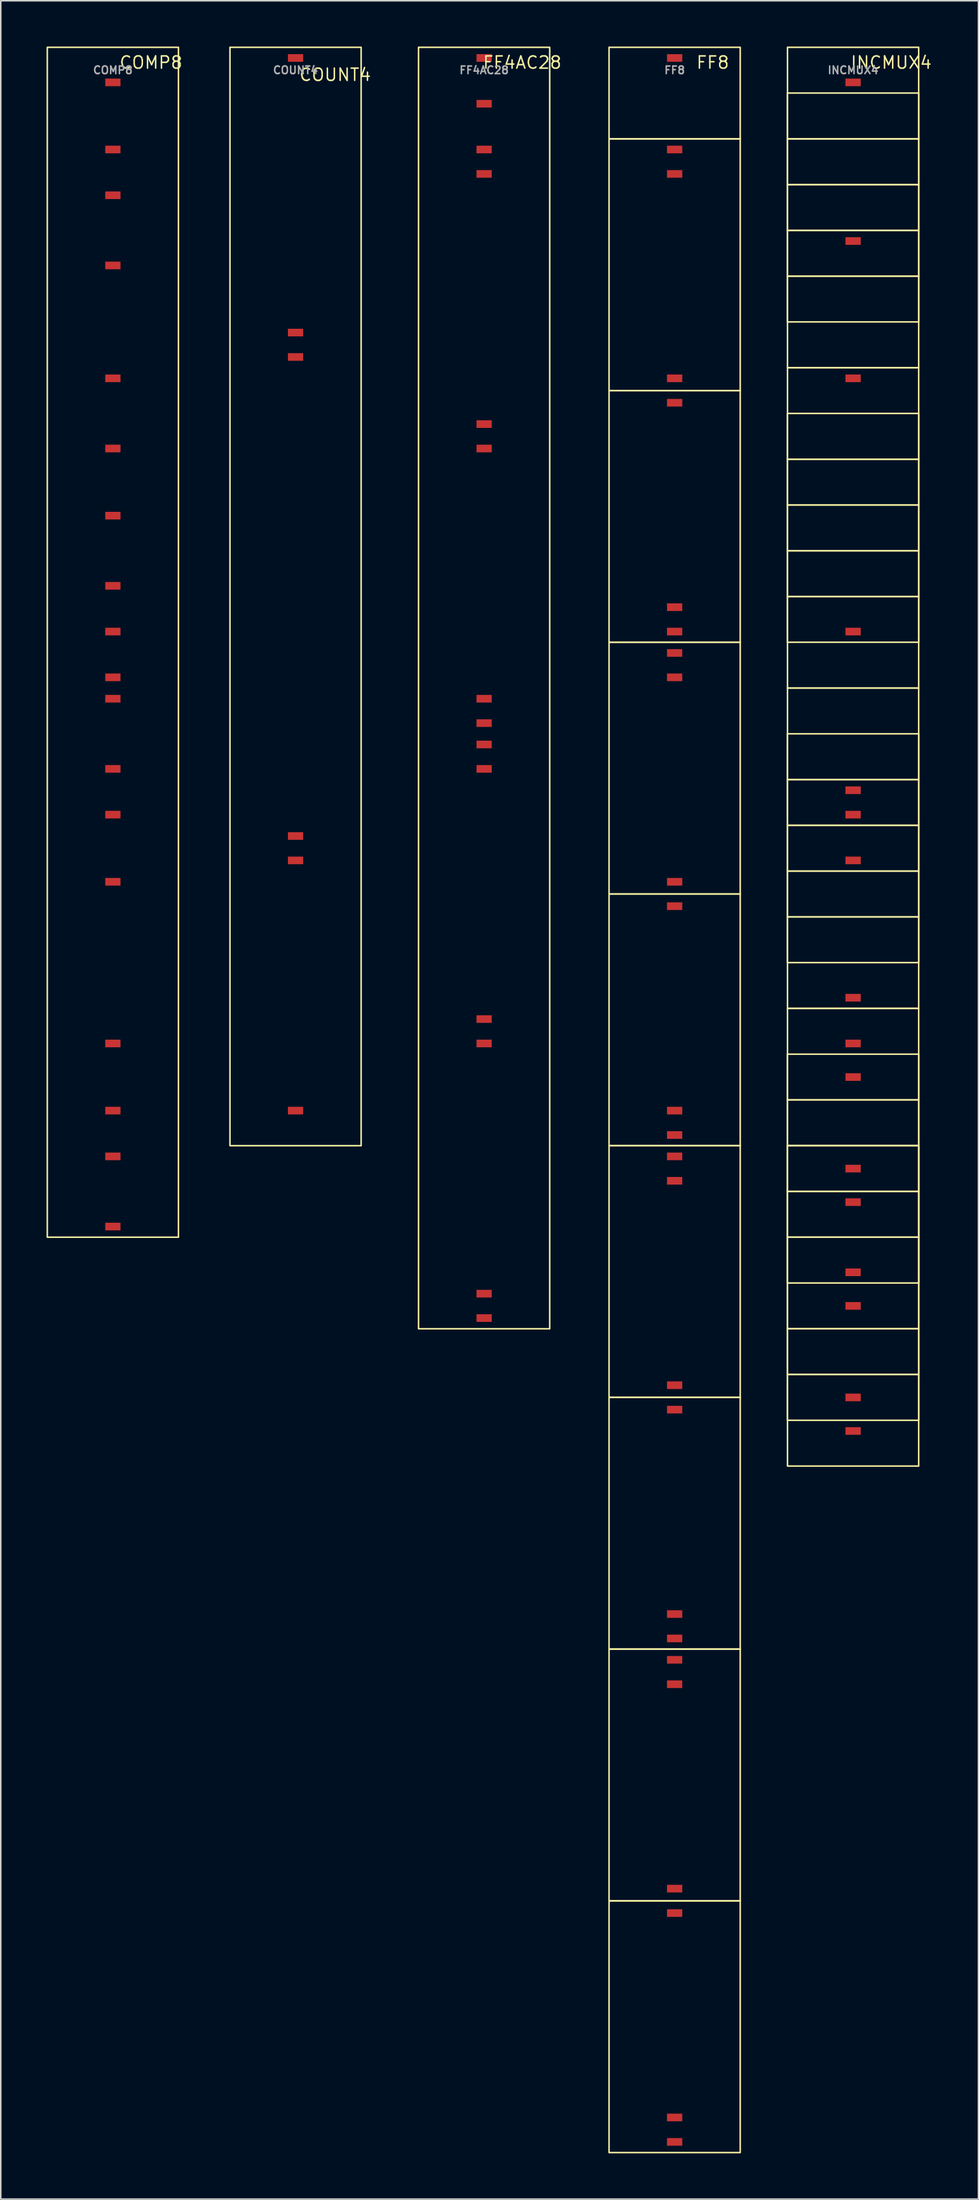
<source format=kicad_pcb>
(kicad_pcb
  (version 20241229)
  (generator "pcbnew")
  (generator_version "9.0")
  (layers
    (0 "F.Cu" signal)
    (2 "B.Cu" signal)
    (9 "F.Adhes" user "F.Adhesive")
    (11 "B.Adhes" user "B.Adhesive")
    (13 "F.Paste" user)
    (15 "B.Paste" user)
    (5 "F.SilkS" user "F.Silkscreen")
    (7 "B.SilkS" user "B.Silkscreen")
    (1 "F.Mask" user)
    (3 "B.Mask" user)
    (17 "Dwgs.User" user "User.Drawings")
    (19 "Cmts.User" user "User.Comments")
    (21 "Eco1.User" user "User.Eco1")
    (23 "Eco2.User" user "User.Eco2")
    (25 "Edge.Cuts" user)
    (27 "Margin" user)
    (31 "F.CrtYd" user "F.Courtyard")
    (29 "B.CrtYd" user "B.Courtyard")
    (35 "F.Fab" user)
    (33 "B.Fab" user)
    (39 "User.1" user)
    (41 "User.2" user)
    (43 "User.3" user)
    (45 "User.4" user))
  (footprint "COUNT4"
    (layer "F.Cu")
    (at 16.327 1.55)
    (property "Reference" "COUNT4" (at 2.6 0.3 0) (unlocked yes) (layer "F.SilkS") (effects (font (size 0.8 0.8) (thickness 0.1))))
    (attr smd)
    (fp_rect (start -4.3 -1.5) (end 4.3 70.5) (stroke (width 0.1) (type default)) (fill no) (layer "F.SilkS"))
    (fp_text user "${REFERENCE}" (at 0 0 0) (unlocked yes) (layer "F.Fab") (effects (font (size 0.5 0.5) (thickness 0.1) (bold yes))))
    (pad "1" smd rect (at 0 -0.8) (size 1 0.5) (layers "F.Cu" "F.Mask" "F.Paste"))
    (pad "2" smd rect (at 0 17.2) (size 1 0.5) (layers "F.Cu" "F.Mask" "F.Paste"))
    (pad "3" smd rect (at 0 18.8) (size 1 0.5) (layers "F.Cu" "F.Mask" "F.Paste"))
    (pad "4" smd rect (at 0 50.2) (size 1 0.5) (layers "F.Cu" "F.Mask" "F.Paste"))
    (pad "5" smd rect (at 0 51.8) (size 1 0.5) (layers "F.Cu" "F.Mask" "F.Paste"))
    (pad "6" smd rect (at 0 68.2) (size 1 0.5) (layers "F.Cu" "F.Mask" "F.Paste")))
  (footprint "FF4AC28"
    (layer "F.Cu")
    (at 28.69 1.55)
    (property "Reference" "FF4AC28" (at 2.5 -0.5 0) (unlocked yes) (layer "F.SilkS") (effects (font (size 0.8 0.8) (thickness 0.1))))
    (attr smd)
    (fp_rect (start -4.3 -1.5) (end 4.3 82.5) (stroke (width 0.1) (type default)) (fill no) (layer "F.SilkS"))
    (fp_text user "${REFERENCE}" (at 0 0 0) (unlocked yes) (layer "F.Fab") (effects (font (size 0.5 0.5) (thickness 0.1) (bold yes))))
    (pad "1" smd rect (at 0 -0.8) (size 1 0.5) (layers "F.Cu" "F.Mask" "F.Paste"))
    (pad "2" smd rect (at 0 2.2) (size 1 0.5) (layers "F.Cu" "F.Mask" "F.Paste"))
    (pad "3" smd rect (at 0 5.2) (size 1 0.5) (layers "F.Cu" "F.Mask" "F.Paste"))
    (pad "4" smd rect (at 0 6.8) (size 1 0.5) (layers "F.Cu" "F.Mask" "F.Paste"))
    (pad "5" smd rect (at 0 23.2) (size 1 0.5) (layers "F.Cu" "F.Mask" "F.Paste"))
    (pad "6" smd rect (at 0 24.8) (size 1 0.5) (layers "F.Cu" "F.Mask" "F.Paste"))
    (pad "7" smd rect (at 0 41.2) (size 1 0.5) (layers "F.Cu" "F.Mask" "F.Paste"))
    (pad "8" smd rect (at 0 42.8) (size 1 0.5) (layers "F.Cu" "F.Mask" "F.Paste"))
    (pad "9" smd rect (at 0 44.2) (size 1 0.5) (layers "F.Cu" "F.Mask" "F.Paste"))
    (pad "10" smd rect (at 0 45.8) (size 1 0.5) (layers "F.Cu" "F.Mask" "F.Paste"))
    (pad "11" smd rect (at 0 62.2) (size 1 0.5) (layers "F.Cu" "F.Mask" "F.Paste"))
    (pad "12" smd rect (at 0 63.8) (size 1 0.5) (layers "F.Cu" "F.Mask" "F.Paste"))
    (pad "13" smd rect (at 0 80.2) (size 1 0.5) (layers "F.Cu" "F.Mask" "F.Paste"))
    (pad "14" smd rect (at 0 81.8) (size 1 0.5) (layers "F.Cu" "F.Mask" "F.Paste")))
  (footprint "FF8"
    (layer "F.Cu")
    (at 41.181 1.55)
    (property "Reference" "FF8" (at 2.5 -0.5 0) (unlocked yes) (layer "F.SilkS") (effects (font (size 0.8 0.8) (thickness 0.1))))
    (attr smd)
    (fp_rect (start -4.3 -1.5) (end 4.3 4.5) (stroke (width 0.1) (type default)) (fill no) (layer "F.SilkS"))
    (fp_rect (start -4.3 4.5) (end 4.3 21) (stroke (width 0.1) (type default)) (fill no) (layer "F.SilkS"))
    (fp_rect (start -4.3 21) (end 4.3 37.5) (stroke (width 0.1) (type default)) (fill no) (layer "F.SilkS"))
    (fp_rect (start -4.3 37.5) (end 4.3 54) (stroke (width 0.1) (type default)) (fill no) (layer "F.SilkS"))
    (fp_rect (start -4.3 54) (end 4.3 70.5) (stroke (width 0.1) (type default)) (fill no) (layer "F.SilkS"))
    (fp_rect (start -4.3 70.5) (end 4.3 87) (stroke (width 0.1) (type default)) (fill no) (layer "F.SilkS"))
    (fp_rect (start -4.3 87) (end 4.3 103.5) (stroke (width 0.1) (type default)) (fill no) (layer "F.SilkS"))
    (fp_rect (start -4.3 103.5) (end 4.3 120) (stroke (width 0.1) (type default)) (fill no) (layer "F.SilkS"))
    (fp_rect (start -4.3 120) (end 4.3 136.5) (stroke (width 0.1) (type default)) (fill no) (layer "F.SilkS"))
    (fp_text user "${REFERENCE}" (at 0 0 0) (unlocked yes) (layer "F.Fab") (effects (font (size 0.5 0.5) (thickness 0.1) (bold yes))))
    (pad "1" smd rect (at 0 -0.8) (size 1 0.5) (layers "F.Cu" "F.Mask" "F.Paste"))
    (pad "2" smd rect (at 0 5.2) (size 1 0.5) (layers "F.Cu" "F.Mask" "F.Paste"))
    (pad "3" smd rect (at 0 6.8) (size 1 0.5) (layers "F.Cu" "F.Mask" "F.Paste"))
    (pad "4" smd rect (at 0 20.2) (size 1 0.5) (layers "F.Cu" "F.Mask" "F.Paste"))
    (pad "5" smd rect (at 0 21.8 180) (size 1 0.5) (layers "F.Cu" "F.Mask" "F.Paste"))
    (pad "6" smd rect (at 0 35.2 180) (size 1 0.5) (layers "F.Cu" "F.Mask" "F.Paste"))
    (pad "7" smd rect (at 0 36.8 180) (size 1 0.5) (layers "F.Cu" "F.Mask" "F.Paste"))
    (pad "8" smd rect (at 0 38.2) (size 1 0.5) (layers "F.Cu" "F.Mask" "F.Paste"))
    (pad "9" smd rect (at 0 39.8) (size 1 0.5) (layers "F.Cu" "F.Mask" "F.Paste"))
    (pad "10" smd rect (at 0 53.2) (size 1 0.5) (layers "F.Cu" "F.Mask" "F.Paste"))
    (pad "11" smd rect (at 0 54.8 180) (size 1 0.5) (layers "F.Cu" "F.Mask" "F.Paste"))
    (pad "12" smd rect (at 0 68.2 180) (size 1 0.5) (layers "F.Cu" "F.Mask" "F.Paste"))
    (pad "13" smd rect (at 0 69.8 180) (size 1 0.5) (layers "F.Cu" "F.Mask" "F.Paste"))
    (pad "14" smd rect (at 0 71.2) (size 1 0.5) (layers "F.Cu" "F.Mask" "F.Paste"))
    (pad "15" smd rect (at 0 72.8) (size 1 0.5) (layers "F.Cu" "F.Mask" "F.Paste"))
    (pad "16" smd rect (at 0 86.2) (size 1 0.5) (layers "F.Cu" "F.Mask" "F.Paste"))
    (pad "17" smd rect (at 0 87.8 180) (size 1 0.5) (layers "F.Cu" "F.Mask" "F.Paste"))
    (pad "18" smd rect (at 0 101.2 180) (size 1 0.5) (layers "F.Cu" "F.Mask" "F.Paste"))
    (pad "19" smd rect (at 0 102.8 180) (size 1 0.5) (layers "F.Cu" "F.Mask" "F.Paste"))
    (pad "20" smd rect (at 0 104.2) (size 1 0.5) (layers "F.Cu" "F.Mask" "F.Paste"))
    (pad "21" smd rect (at 0 105.8) (size 1 0.5) (layers "F.Cu" "F.Mask" "F.Paste"))
    (pad "22" smd rect (at 0 119.2) (size 1 0.5) (layers "F.Cu" "F.Mask" "F.Paste"))
    (pad "23" smd rect (at 0 120.8 180) (size 1 0.5) (layers "F.Cu" "F.Mask" "F.Paste"))
    (pad "24" smd rect (at 0 134.2 180) (size 1 0.5) (layers "F.Cu" "F.Mask" "F.Paste"))
    (pad "25" smd rect (at 0 135.8 180) (size 1 0.5) (layers "F.Cu" "F.Mask" "F.Paste")))
  (footprint "INCMUX4"
    (layer "F.Cu")
    (at 52.881 1.55)
    (property "Reference" "INCMUX4" (at 2.5 -0.5 0) (unlocked yes) (layer "F.SilkS") (effects (font (size 0.8 0.8) (thickness 0.1))))
    (attr smd)
    (fp_rect (start -4.3 -1.5) (end 4.3 19.5) (stroke (width 0.1) (type default)) (fill no) (layer "F.SilkS"))
    (fp_rect (start -4.3 1.5) (end 4.3 4.5) (stroke (width 0.1) (type default)) (fill no) (layer "F.SilkS"))
    (fp_rect (start -4.3 4.5) (end 4.3 7.5) (stroke (width 0.1) (type default)) (fill no) (layer "F.SilkS"))
    (fp_rect (start -4.3 7.5) (end 4.3 10.5) (stroke (width 0.1) (type default)) (fill no) (layer "F.SilkS"))
    (fp_rect (start -4.3 10.5) (end 4.3 13.5) (stroke (width 0.1) (type default)) (fill no) (layer "F.SilkS"))
    (fp_rect (start -4.3 13.5) (end 4.3 16.5) (stroke (width 0.1) (type default)) (fill no) (layer "F.SilkS"))
    (fp_rect (start -4.3 19.5) (end 4.3 40.5) (stroke (width 0.1) (type default)) (fill no) (layer "F.SilkS"))
    (fp_rect (start -4.3 22.5) (end 4.3 25.5) (stroke (width 0.1) (type default)) (fill no) (layer "F.SilkS"))
    (fp_rect (start -4.3 25.5) (end 4.3 28.5) (stroke (width 0.1) (type default)) (fill no) (layer "F.SilkS"))
    (fp_rect (start -4.3 28.5) (end 4.3 31.5) (stroke (width 0.1) (type default)) (fill no) (layer "F.SilkS"))
    (fp_rect (start -4.3 31.5) (end 4.3 34.5) (stroke (width 0.1) (type default)) (fill no) (layer "F.SilkS"))
    (fp_rect (start -4.3 34.5) (end 4.3 37.5) (stroke (width 0.1) (type default)) (fill no) (layer "F.SilkS"))
    (fp_rect (start -4.3 40.5) (end 4.3 61.5) (stroke (width 0.1) (type default)) (fill no) (layer "F.SilkS"))
    (fp_rect (start -4.3 43.5) (end 4.3 46.5) (stroke (width 0.1) (type default)) (fill no) (layer "F.SilkS"))
    (fp_rect (start -4.3 46.5) (end 4.3 49.5) (stroke (width 0.1) (type default)) (fill no) (layer "F.SilkS"))
    (fp_rect (start -4.3 49.5) (end 4.3 52.5) (stroke (width 0.1) (type default)) (fill no) (layer "F.SilkS"))
    (fp_rect (start -4.3 52.5) (end 4.3 55.5) (stroke (width 0.1) (type default)) (fill no) (layer "F.SilkS"))
    (fp_rect (start -4.3 55.5) (end 4.3 58.5) (stroke (width 0.1) (type default)) (fill no) (layer "F.SilkS"))
    (fp_rect (start -4.3 61.5) (end 4.3 82.5) (stroke (width 0.1) (type default)) (fill no) (layer "F.SilkS"))
    (fp_rect (start -4.3 64.5) (end 4.3 67.5) (stroke (width 0.1) (type default)) (fill no) (layer "F.SilkS"))
    (fp_rect (start -4.3 67.5) (end 4.3 70.5) (stroke (width 0.1) (type default)) (fill no) (layer "F.SilkS"))
    (fp_rect (start -4.3 70.5) (end 4.3 73.5) (stroke (width 0.1) (type default)) (fill no) (layer "F.SilkS"))
    (fp_rect (start -4.3 70.5) (end 4.3 91.5) (stroke (width 0.1) (type default)) (fill no) (layer "F.SilkS"))
    (fp_rect (start -4.3 73.5) (end 4.3 76.5) (stroke (width 0.1) (type default)) (fill no) (layer "F.SilkS"))
    (fp_rect (start -4.3 76.5) (end 4.3 79.5) (stroke (width 0.1) (type default)) (fill no) (layer "F.SilkS"))
    (fp_rect (start -4.3 82.5) (end 4.3 85.5) (stroke (width 0.1) (type default)) (fill no) (layer "F.SilkS"))
    (fp_rect (start -4.3 85.5) (end 4.3 88.5) (stroke (width 0.1) (type default)) (fill no) (layer "F.SilkS"))
    (fp_text user "${REFERENCE}" (at 0 0 0) (unlocked yes) (layer "F.Fab") (effects (font (size 0.5 0.5) (thickness 0.1) (bold yes))))
    (pad "1" smd rect (at 0 0.8) (size 1 0.5) (layers "F.Cu" "F.Mask" "F.Paste"))
    (pad "2" smd rect (at 0 11.2) (size 1 0.5) (layers "F.Cu" "F.Mask" "F.Paste"))
    (pad "3" smd rect (at 0 20.2) (size 1 0.5) (layers "F.Cu" "F.Mask" "F.Paste"))
    (pad "4" smd rect (at 0 36.8) (size 1 0.5) (layers "F.Cu" "F.Mask" "F.Paste"))
    (pad "5" smd rect (at 0 47.2) (size 1 0.5) (layers "F.Cu" "F.Mask" "F.Paste"))
    (pad "6" smd rect (at 0 48.8) (size 1 0.5) (layers "F.Cu" "F.Mask" "F.Paste"))
    (pad "7" smd rect (at 0 51.8) (size 1 0.5) (layers "F.Cu" "F.Mask" "F.Paste"))
    (pad "8" smd rect (at 0 60.8) (size 1 0.5) (layers "F.Cu" "F.Mask" "F.Paste"))
    (pad "9" smd rect (at 0 63.8) (size 1 0.5) (layers "F.Cu" "F.Mask" "F.Paste"))
    (pad "10" smd rect (at 0 66) (size 1 0.5) (layers "F.Cu" "F.Mask" "F.Paste"))
    (pad "11" smd rect (at 0 72) (size 1 0.5) (layers "F.Cu" "F.Mask" "F.Paste"))
    (pad "12" smd rect (at 0 74.2) (size 1 0.5) (layers "F.Cu" "F.Mask" "F.Paste"))
    (pad "13" smd rect (at 0 78.8) (size 1 0.5) (layers "F.Cu" "F.Mask" "F.Paste"))
    (pad "14" smd rect (at 0 81) (size 1 0.5) (layers "F.Cu" "F.Mask" "F.Paste"))
    (pad "15" smd rect (at 0 87) (size 1 0.5) (layers "F.Cu" "F.Mask" "F.Paste"))
    (pad "16" smd rect (at 0 89.2) (size 1 0.5) (layers "F.Cu" "F.Mask" "F.Paste")))
  (footprint "COMP8"
    (layer "F.Cu")
    (at 4.35 1.55)
    (property "Reference" "COMP8" (at 2.5 -0.5 0) (unlocked yes) (layer "F.SilkS") (effects (font (size 0.8 0.8) (thickness 0.1))))
    (attr smd)
    (fp_rect (start -4.3 -1.5) (end 4.3 76.5) (stroke (width 0.1) (type default)) (fill no) (layer "F.SilkS"))
    (fp_text user "${REFERENCE}" (at 0 0 0) (unlocked yes) (layer "F.Fab") (effects (font (size 0.5 0.5) (thickness 0.1) (bold yes))))
    (pad "1" smd rect (at 0 0.8) (size 1 0.5) (layers "F.Cu" "F.Mask" "F.Paste"))
    (pad "2" smd rect (at 0 5.2) (size 1 0.5) (layers "F.Cu" "F.Mask" "F.Paste"))
    (pad "3" smd rect (at 0 8.2) (size 1 0.5) (layers "F.Cu" "F.Mask" "F.Paste"))
    (pad "4" smd rect (at 0 12.8) (size 1 0.5) (layers "F.Cu" "F.Mask" "F.Paste"))
    (pad "5" smd rect (at 0 20.2) (size 1 0.5) (layers "F.Cu" "F.Mask" "F.Paste"))
    (pad "6" smd rect (at 0 24.8) (size 1 0.5) (layers "F.Cu" "F.Mask" "F.Paste"))
    (pad "7" smd rect (at 0 29.2) (size 1 0.5) (layers "F.Cu" "F.Mask" "F.Paste"))
    (pad "8" smd rect (at 0 33.8) (size 1 0.5) (layers "F.Cu" "F.Mask" "F.Paste"))
    (pad "9" smd rect (at 0 36.8) (size 1 0.5) (layers "F.Cu" "F.Mask" "F.Paste"))
    (pad "10" smd rect (at 0 39.8) (size 1 0.5) (layers "F.Cu" "F.Mask" "F.Paste"))
    (pad "11" smd rect (at 0 41.2) (size 1 0.5) (layers "F.Cu" "F.Mask" "F.Paste"))
    (pad "12" smd rect (at 0 45.8) (size 1 0.5) (layers "F.Cu" "F.Mask" "F.Paste"))
    (pad "13" smd rect (at 0 48.8) (size 1 0.5) (layers "F.Cu" "F.Mask" "F.Paste"))
    (pad "14" smd rect (at 0 53.2) (size 1 0.5) (layers "F.Cu" "F.Mask" "F.Paste"))
    (pad "15" smd rect (at 0 63.8) (size 1 0.5) (layers "F.Cu" "F.Mask" "F.Paste"))
    (pad "16" smd rect (at 0 68.2) (size 1 0.5) (layers "F.Cu" "F.Mask" "F.Paste"))
    (pad "17" smd rect (at 0 71.2) (size 1 0.5) (layers "F.Cu" "F.Mask" "F.Paste"))
    (pad "18" smd rect (at 0 75.8) (size 1 0.5) (layers "F.Cu" "F.Mask" "F.Paste")))
  (gr_rect
    (start -3 -3)
    (end 61.099 141.1)
    (stroke (width 0.1) (type default))
    (fill no)
    (layer "Edge.Cuts")))
</source>
